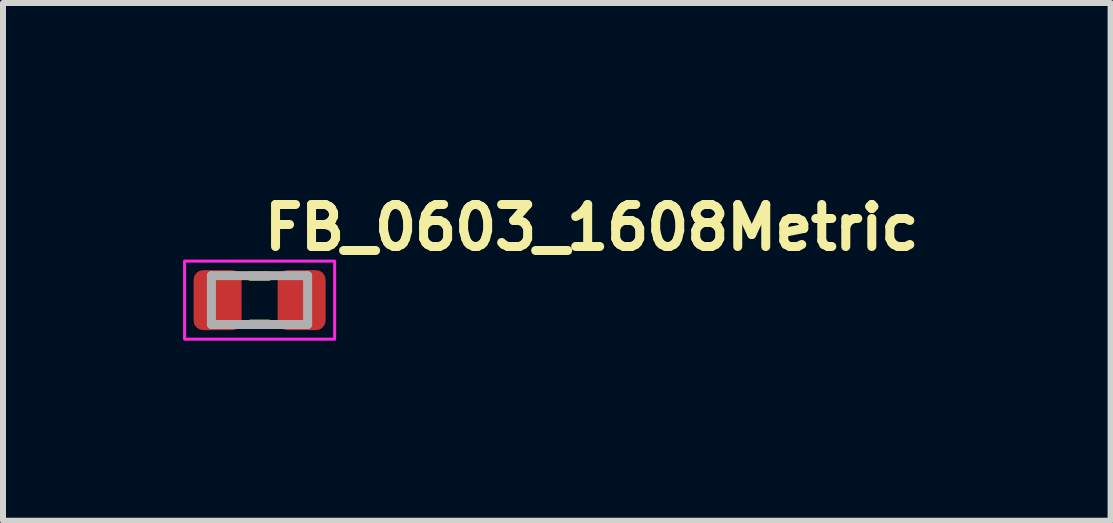
<source format=kicad_pcb>
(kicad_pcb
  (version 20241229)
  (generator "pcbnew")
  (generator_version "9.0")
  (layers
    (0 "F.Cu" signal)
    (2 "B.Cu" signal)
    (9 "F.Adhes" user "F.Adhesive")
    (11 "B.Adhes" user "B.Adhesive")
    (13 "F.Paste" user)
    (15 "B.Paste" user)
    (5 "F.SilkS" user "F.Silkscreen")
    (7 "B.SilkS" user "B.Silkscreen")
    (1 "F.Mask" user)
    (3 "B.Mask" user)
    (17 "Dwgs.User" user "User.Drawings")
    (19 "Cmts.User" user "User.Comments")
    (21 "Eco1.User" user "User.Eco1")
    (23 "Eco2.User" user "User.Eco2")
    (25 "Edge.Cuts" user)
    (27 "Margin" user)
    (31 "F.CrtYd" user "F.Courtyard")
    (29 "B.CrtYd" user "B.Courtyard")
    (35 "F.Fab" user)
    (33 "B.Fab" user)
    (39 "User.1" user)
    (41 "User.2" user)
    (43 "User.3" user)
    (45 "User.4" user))
  (footprint "FB_0603_1608Metric"
    (layer "F.Cu")
    (at 1.275 1.95)
    (property "Reference" "FB_0603_1608Metric" (at 0 -0.8 0) (layer "F.SilkS") (effects (font (size 0.7 0.7) (thickness 0.15)) (justify left bottom)))
    (attr smd)
    (fp_line (start -0.15 -0.4) (end 0.15 -0.4) (stroke (width 0.15) (type solid)) (layer "F.SilkS"))
    (fp_line (start -0.15 0.4) (end 0.15 0.4) (stroke (width 0.15) (type solid)) (layer "F.SilkS"))
    (fp_rect (start -1.25 -0.65) (end 1.25 0.65) (stroke (width 0.05) (type solid)) (fill no) (layer "F.CrtYd"))
    (fp_line (start -0.803 0.406) (end -0.803 -0.408) (stroke (width 0.15) (type solid)) (layer "F.Fab"))
    (fp_line (start 0.8 -0.408) (end -0.803 -0.408) (stroke (width 0.15) (type solid)) (layer "F.Fab"))
    (fp_line (start 0.8 -0.408) (end 0.8 0.406) (stroke (width 0.15) (type solid)) (layer "F.Fab"))
    (fp_line (start 0.8 0.406) (end -0.803 0.406) (stroke (width 0.15) (type solid)) (layer "F.Fab"))
    (fp_rect (start -0.802 -0.402) (end 0.8 0.4) (stroke (width 0.1) (type solid)) (fill no) (layer "User.5"))
    (fp_line (start -0.802 -0.392) (end -0.802 -0.392) (stroke (width 0.02) (type solid)) (layer "User.9"))
    (fp_line (start -0.802 -0.392) (end -0.801 -0.391) (stroke (width 0.02) (type solid)) (layer "User.9"))
    (fp_line (start -0.802 0.39) (end -0.802 -0.392) (stroke (width 0.02) (type solid)) (layer "User.9"))
    (fp_line (start -0.802 0.39) (end -0.802 0.39) (stroke (width 0.02) (type solid)) (layer "User.9"))
    (fp_line (start -0.802 0.39) (end -0.801 0.39) (stroke (width 0.02) (type solid)) (layer "User.9"))
    (fp_line (start -0.801 -0.396) (end -0.801 -0.395) (stroke (width 0.02) (type solid)) (layer "User.9"))
    (fp_line (start -0.801 -0.395) (end -0.801 -0.395) (stroke (width 0.02) (type solid)) (layer "User.9"))
    (fp_line (start -0.801 -0.395) (end -0.801 -0.394) (stroke (width 0.02) (type solid)) (layer "User.9"))
    (fp_line (start -0.801 -0.394) (end -0.801 -0.394) (stroke (width 0.02) (type solid)) (layer "User.9"))
    (fp_line (start -0.801 -0.394) (end -0.801 -0.394) (stroke (width 0.02) (type solid)) (layer "User.9"))
    (fp_line (start -0.801 -0.394) (end -0.801 -0.393) (stroke (width 0.02) (type solid)) (layer "User.9"))
    (fp_line (start -0.801 -0.393) (end -0.801 -0.393) (stroke (width 0.02) (type solid)) (layer "User.9"))
    (fp_line (start -0.801 -0.393) (end -0.801 -0.392) (stroke (width 0.02) (type solid)) (layer "User.9"))
    (fp_line (start -0.801 -0.392) (end -0.802 -0.392) (stroke (width 0.02) (type solid)) (layer "User.9"))
    (fp_line (start -0.801 -0.391) (end -0.801 -0.39) (stroke (width 0.02) (type solid)) (layer "User.9"))
    (fp_line (start -0.801 -0.39) (end -0.801 -0.39) (stroke (width 0.02) (type solid)) (layer "User.9"))
    (fp_line (start -0.801 -0.39) (end -0.801 -0.389) (stroke (width 0.02) (type solid)) (layer "User.9"))
    (fp_line (start -0.801 -0.389) (end -0.801 -0.389) (stroke (width 0.02) (type solid)) (layer "User.9"))
    (fp_line (start -0.801 -0.389) (end -0.801 -0.389) (stroke (width 0.02) (type solid)) (layer "User.9"))
    (fp_line (start -0.801 -0.389) (end -0.801 -0.388) (stroke (width 0.02) (type solid)) (layer "User.9"))
    (fp_line (start -0.801 -0.388) (end -0.801 -0.388) (stroke (width 0.02) (type solid)) (layer "User.9"))
    (fp_line (start -0.801 -0.388) (end -0.801 -0.387) (stroke (width 0.02) (type solid)) (layer "User.9"))
    (fp_line (start -0.801 -0.387) (end -0.8 -0.387) (stroke (width 0.02) (type solid)) (layer "User.9"))
    (fp_line (start -0.801 0.385) (end -0.801 0.386) (stroke (width 0.02) (type solid)) (layer "User.9"))
    (fp_line (start -0.801 0.386) (end -0.801 0.386) (stroke (width 0.02) (type solid)) (layer "User.9"))
    (fp_line (start -0.801 0.386) (end -0.801 0.387) (stroke (width 0.02) (type solid)) (layer "User.9"))
    (fp_line (start -0.801 0.387) (end -0.801 0.387) (stroke (width 0.02) (type solid)) (layer "User.9"))
    (fp_line (start -0.801 0.387) (end -0.801 0.387) (stroke (width 0.02) (type solid)) (layer "User.9"))
    (fp_line (start -0.801 0.387) (end -0.801 0.388) (stroke (width 0.02) (type solid)) (layer "User.9"))
    (fp_line (start -0.801 0.388) (end -0.801 0.388) (stroke (width 0.02) (type solid)) (layer "User.9"))
    (fp_line (start -0.801 0.388) (end -0.801 0.389) (stroke (width 0.02) (type solid)) (layer "User.9"))
    (fp_line (start -0.801 0.389) (end -0.802 0.39) (stroke (width 0.02) (type solid)) (layer "User.9"))
    (fp_line (start -0.801 0.39) (end -0.801 0.391) (stroke (width 0.02) (type solid)) (layer "User.9"))
    (fp_line (start -0.801 0.391) (end -0.801 0.391) (stroke (width 0.02) (type solid)) (layer "User.9"))
    (fp_line (start -0.801 0.391) (end -0.801 0.392) (stroke (width 0.02) (type solid)) (layer "User.9"))
    (fp_line (start -0.801 0.392) (end -0.801 0.392) (stroke (width 0.02) (type solid)) (layer "User.9"))
    (fp_line (start -0.801 0.392) (end -0.801 0.392) (stroke (width 0.02) (type solid)) (layer "User.9"))
    (fp_line (start -0.801 0.392) (end -0.801 0.393) (stroke (width 0.02) (type solid)) (layer "User.9"))
    (fp_line (start -0.801 0.393) (end -0.801 0.393) (stroke (width 0.02) (type solid)) (layer "User.9"))
    (fp_line (start -0.801 0.393) (end -0.801 0.394) (stroke (width 0.02) (type solid)) (layer "User.9"))
    (fp_line (start -0.801 0.394) (end -0.8 0.394) (stroke (width 0.02) (type solid)) (layer "User.9"))
    (fp_line (start -0.8 -0.397) (end -0.8 -0.397) (stroke (width 0.02) (type solid)) (layer "User.9"))
    (fp_line (start -0.8 -0.397) (end -0.8 -0.397) (stroke (width 0.02) (type solid)) (layer "User.9"))
    (fp_line (start -0.8 -0.397) (end -0.8 -0.396) (stroke (width 0.02) (type solid)) (layer "User.9"))
    (fp_line (start -0.8 -0.396) (end -0.801 -0.396) (stroke (width 0.02) (type solid)) (layer "User.9"))
    (fp_line (start -0.8 -0.387) (end -0.8 -0.386) (stroke (width 0.02) (type solid)) (layer "User.9"))
    (fp_line (start -0.8 -0.386) (end -0.8 -0.386) (stroke (width 0.02) (type solid)) (layer "User.9"))
    (fp_line (start -0.8 -0.386) (end -0.8 -0.386) (stroke (width 0.02) (type solid)) (layer "User.9"))
    (fp_line (start -0.8 -0.386) (end -0.799 -0.384) (stroke (width 0.02) (type solid)) (layer "User.9"))
    (fp_line (start -0.8 0.384) (end -0.8 0.384) (stroke (width 0.02) (type solid)) (layer "User.9"))
    (fp_line (start -0.8 0.384) (end -0.8 0.384) (stroke (width 0.02) (type solid)) (layer "User.9"))
    (fp_line (start -0.8 0.384) (end -0.8 0.385) (stroke (width 0.02) (type solid)) (layer "User.9"))
    (fp_line (start -0.8 0.385) (end -0.801 0.385) (stroke (width 0.02) (type solid)) (layer "User.9"))
    (fp_line (start -0.8 0.394) (end -0.8 0.395) (stroke (width 0.02) (type solid)) (layer "User.9"))
    (fp_line (start -0.8 0.395) (end -0.8 0.395) (stroke (width 0.02) (type solid)) (layer "User.9"))
    (fp_line (start -0.8 0.395) (end -0.8 0.395) (stroke (width 0.02) (type solid)) (layer "User.9"))
    (fp_line (start -0.8 0.395) (end -0.799 0.396) (stroke (width 0.02) (type solid)) (layer "User.9"))
    (fp_line (start -0.799 -0.399) (end -0.799 -0.398) (stroke (width 0.02) (type solid)) (layer "User.9"))
    (fp_line (start -0.799 -0.398) (end -0.8 -0.397) (stroke (width 0.02) (type solid)) (layer "User.9"))
    (fp_line (start -0.799 -0.398) (end -0.799 -0.398) (stroke (width 0.02) (type solid)) (layer "User.9"))
    (fp_line (start -0.799 -0.384) (end -0.799 -0.384) (stroke (width 0.02) (type solid)) (layer "User.9"))
    (fp_line (start -0.799 -0.384) (end -0.799 -0.383) (stroke (width 0.02) (type solid)) (layer "User.9"))
    (fp_line (start -0.799 -0.383) (end -0.798 -0.383) (stroke (width 0.02) (type solid)) (layer "User.9"))
    (fp_line (start -0.799 0.381) (end -0.799 0.382) (stroke (width 0.02) (type solid)) (layer "User.9"))
    (fp_line (start -0.799 0.382) (end -0.8 0.384) (stroke (width 0.02) (type solid)) (layer "User.9"))
    (fp_line (start -0.799 0.382) (end -0.799 0.382) (stroke (width 0.02) (type solid)) (layer "User.9"))
    (fp_line (start -0.799 0.396) (end -0.799 0.396) (stroke (width 0.02) (type solid)) (layer "User.9"))
    (fp_line (start -0.799 0.396) (end -0.799 0.397) (stroke (width 0.02) (type solid)) (layer "User.9"))
    (fp_line (start -0.799 0.397) (end -0.798 0.397) (stroke (width 0.02) (type solid)) (layer "User.9"))
    (fp_line (start -0.798 -0.399) (end -0.799 -0.399) (stroke (width 0.02) (type solid)) (layer "User.9"))
    (fp_line (start -0.798 -0.399) (end -0.798 -0.399) (stroke (width 0.02) (type solid)) (layer "User.9"))
    (fp_line (start -0.798 -0.383) (end -0.798 -0.383) (stroke (width 0.02) (type solid)) (layer "User.9"))
    (fp_line (start -0.798 -0.383) (end -0.797 -0.382) (stroke (width 0.02) (type solid)) (layer "User.9"))
    (fp_line (start -0.798 0.381) (end -0.799 0.381) (stroke (width 0.02) (type solid)) (layer "User.9"))
    (fp_line (start -0.798 0.381) (end -0.798 0.381) (stroke (width 0.02) (type solid)) (layer "User.9"))
    (fp_line (start -0.798 0.397) (end -0.798 0.397) (stroke (width 0.02) (type solid)) (layer "User.9"))
    (fp_line (start -0.798 0.397) (end -0.797 0.398) (stroke (width 0.02) (type solid)) (layer "User.9"))
    (fp_line (start -0.797 -0.4) (end -0.798 -0.399) (stroke (width 0.02) (type solid)) (layer "User.9"))
    (fp_line (start -0.797 -0.4) (end -0.797 -0.4) (stroke (width 0.02) (type solid)) (layer "User.9"))
    (fp_line (start -0.797 -0.4) (end -0.797 -0.4) (stroke (width 0.02) (type solid)) (layer "User.9"))
    (fp_line (start -0.797 -0.382) (end -0.797 -0.382) (stroke (width 0.02) (type solid)) (layer "User.9"))
    (fp_line (start -0.797 -0.382) (end -0.797 -0.382) (stroke (width 0.02) (type solid)) (layer "User.9"))
    (fp_line (start -0.797 -0.382) (end -0.796 -0.382) (stroke (width 0.02) (type solid)) (layer "User.9"))
    (fp_line (start -0.797 0.38) (end -0.798 0.381) (stroke (width 0.02) (type solid)) (layer "User.9"))
    (fp_line (start -0.797 0.38) (end -0.797 0.38) (stroke (width 0.02) (type solid)) (layer "User.9"))
    (fp_line (start -0.797 0.38) (end -0.797 0.38) (stroke (width 0.02) (type solid)) (layer "User.9"))
    (fp_line (start -0.797 0.398) (end -0.797 0.398) (stroke (width 0.02) (type solid)) (layer "User.9"))
    (fp_line (start -0.797 0.398) (end -0.797 0.398) (stroke (width 0.02) (type solid)) (layer "User.9"))
    (fp_line (start -0.797 0.398) (end -0.796 0.398) (stroke (width 0.02) (type solid)) (layer "User.9"))
    (fp_line (start -0.796 -0.401) (end -0.796 -0.4) (stroke (width 0.02) (type solid)) (layer "User.9"))
    (fp_line (start -0.796 -0.4) (end -0.797 -0.4) (stroke (width 0.02) (type solid)) (layer "User.9"))
    (fp_line (start -0.796 -0.382) (end -0.796 -0.381) (stroke (width 0.02) (type solid)) (layer "User.9"))
    (fp_line (start -0.796 -0.381) (end -0.795 -0.381) (stroke (width 0.02) (type solid)) (layer "User.9"))
    (fp_line (start -0.796 0.379) (end -0.796 0.38) (stroke (width 0.02) (type solid)) (layer "User.9"))
    (fp_line (start -0.796 0.38) (end -0.797 0.38) (stroke (width 0.02) (type solid)) (layer "User.9"))
    (fp_line (start -0.796 0.398) (end -0.796 0.399) (stroke (width 0.02) (type solid)) (layer "User.9"))
    (fp_line (start -0.796 0.399) (end -0.795 0.399) (stroke (width 0.02) (type solid)) (layer "User.9"))
    (fp_line (start -0.795 -0.401) (end -0.796 -0.401) (stroke (width 0.02) (type solid)) (layer "User.9"))
    (fp_line (start -0.795 -0.401) (end -0.795 -0.401) (stroke (width 0.02) (type solid)) (layer "User.9"))
    (fp_line (start -0.795 -0.381) (end -0.795 -0.381) (stroke (width 0.02) (type solid)) (layer "User.9"))
    (fp_line (start -0.795 -0.381) (end -0.794 -0.381) (stroke (width 0.02) (type solid)) (layer "User.9"))
    (fp_line (start -0.795 0.379) (end -0.796 0.379) (stroke (width 0.02) (type solid)) (layer "User.9"))
    (fp_line (start -0.795 0.379) (end -0.795 0.379) (stroke (width 0.02) (type solid)) (layer "User.9"))
    (fp_line (start -0.795 0.399) (end -0.795 0.399) (stroke (width 0.02) (type solid)) (layer "User.9"))
    (fp_line (start -0.795 0.399) (end -0.794 0.399) (stroke (width 0.02) (type solid)) (layer "User.9"))
    (fp_line (start -0.794 -0.401) (end -0.795 -0.401) (stroke (width 0.02) (type solid)) (layer "User.9"))
    (fp_line (start -0.794 -0.401) (end -0.794 -0.401) (stroke (width 0.02) (type solid)) (layer "User.9"))
    (fp_line (start -0.794 -0.401) (end -0.794 -0.401) (stroke (width 0.02) (type solid)) (layer "User.9"))
    (fp_line (start -0.794 -0.381) (end -0.794 -0.381) (stroke (width 0.02) (type solid)) (layer "User.9"))
    (fp_line (start -0.794 -0.381) (end -0.794 -0.381) (stroke (width 0.02) (type solid)) (layer "User.9"))
    (fp_line (start -0.794 -0.381) (end -0.793 -0.381) (stroke (width 0.02) (type solid)) (layer "User.9"))
    (fp_line (start -0.794 0.379) (end -0.795 0.379) (stroke (width 0.02) (type solid)) (layer "User.9"))
    (fp_line (start -0.794 0.379) (end -0.794 0.379) (stroke (width 0.02) (type solid)) (layer "User.9"))
    (fp_line (start -0.794 0.379) (end -0.794 0.379) (stroke (width 0.02) (type solid)) (layer "User.9"))
    (fp_line (start -0.794 0.399) (end -0.794 0.399) (stroke (width 0.02) (type solid)) (layer "User.9"))
    (fp_line (start -0.794 0.399) (end -0.794 0.399) (stroke (width 0.02) (type solid)) (layer "User.9"))
    (fp_line (start -0.794 0.399) (end -0.793 0.399) (stroke (width 0.02) (type solid)) (layer "User.9"))
    (fp_line (start -0.793 -0.401) (end -0.794 -0.401) (stroke (width 0.02) (type solid)) (layer "User.9"))
    (fp_line (start -0.793 -0.401) (end -0.793 -0.401) (stroke (width 0.02) (type solid)) (layer "User.9"))
    (fp_line (start -0.793 -0.381) (end -0.793 -0.381) (stroke (width 0.02) (type solid)) (layer "User.9"))
    (fp_line (start -0.793 -0.381) (end -0.792 -0.381) (stroke (width 0.02) (type solid)) (layer "User.9"))
    (fp_line (start -0.793 0.379) (end -0.794 0.379) (stroke (width 0.02) (type solid)) (layer "User.9"))
    (fp_line (start -0.793 0.379) (end -0.793 0.379) (stroke (width 0.02) (type solid)) (layer "User.9"))
    (fp_line (start -0.793 0.399) (end -0.793 0.399) (stroke (width 0.02) (type solid)) (layer "User.9"))
    (fp_line (start -0.793 0.399) (end -0.792 0.399) (stroke (width 0.02) (type solid)) (layer "User.9"))
    (fp_line (start -0.792 -0.402) (end -0.792 -0.402) (stroke (width 0.02) (type solid)) (layer "User.9"))
    (fp_line (start -0.792 -0.402) (end -0.792 -0.401) (stroke (width 0.02) (type solid)) (layer "User.9"))
    (fp_line (start -0.792 -0.402) (end -0.777 -0.402) (stroke (width 0.02) (type solid)) (layer "User.9"))
    (fp_line (start -0.792 -0.402) (end -0.772 -0.402) (stroke (width 0.02) (type solid)) (layer "User.9"))
    (fp_line (start -0.792 -0.401) (end -0.793 -0.401) (stroke (width 0.02) (type solid)) (layer "User.9"))
    (fp_line (start -0.792 -0.381) (end -0.792 -0.38) (stroke (width 0.02) (type solid)) (layer "User.9"))
    (fp_line (start -0.792 -0.38) (end -0.792 -0.38) (stroke (width 0.02) (type solid)) (layer "User.9"))
    (fp_line (start -0.792 -0.38) (end -0.791 -0.381) (stroke (width 0.02) (type solid)) (layer "User.9"))
    (fp_line (start -0.792 0.378) (end -0.792 0.378) (stroke (width 0.02) (type solid)) (layer "User.9"))
    (fp_line (start -0.792 0.378) (end -0.792 0.379) (stroke (width 0.02) (type solid)) (layer "User.9"))
    (fp_line (start -0.792 0.379) (end -0.793 0.379) (stroke (width 0.02) (type solid)) (layer "User.9"))
    (fp_line (start -0.792 0.399) (end -0.792 0.4) (stroke (width 0.02) (type solid)) (layer "User.9"))
    (fp_line (start -0.792 0.4) (end -0.792 0.4) (stroke (width 0.02) (type solid)) (layer "User.9"))
    (fp_line (start -0.792 0.4) (end -0.791 0.399) (stroke (width 0.02) (type solid)) (layer "User.9"))
    (fp_line (start -0.792 0.4) (end -0.777 0.4) (stroke (width 0.02) (type solid)) (layer "User.9"))
    (fp_line (start -0.792 0.4) (end -0.772 0.4) (stroke (width 0.02) (type solid)) (layer "User.9"))
    (fp_line (start -0.791 -0.401) (end -0.792 -0.402) (stroke (width 0.02) (type solid)) (layer "User.9"))
    (fp_line (start -0.791 -0.381) (end -0.79 -0.381) (stroke (width 0.02) (type solid)) (layer "User.9"))
    (fp_line (start -0.791 0.379) (end -0.792 0.378) (stroke (width 0.02) (type solid)) (layer "User.9"))
    (fp_line (start -0.791 0.399) (end -0.79 0.399) (stroke (width 0.02) (type solid)) (layer "User.9"))
    (fp_line (start -0.79 -0.401) (end -0.791 -0.401) (stroke (width 0.02) (type solid)) (layer "User.9"))
    (fp_line (start -0.79 -0.401) (end -0.79 -0.401) (stroke (width 0.02) (type solid)) (layer "User.9"))
    (fp_line (start -0.79 -0.381) (end -0.79 -0.381) (stroke (width 0.02) (type solid)) (layer "User.9"))
    (fp_line (start -0.79 -0.381) (end -0.789 -0.381) (stroke (width 0.02) (type solid)) (layer "User.9"))
    (fp_line (start -0.79 0.379) (end -0.791 0.379) (stroke (width 0.02) (type solid)) (layer "User.9"))
    (fp_line (start -0.79 0.379) (end -0.79 0.379) (stroke (width 0.02) (type solid)) (layer "User.9"))
    (fp_line (start -0.79 0.399) (end -0.79 0.399) (stroke (width 0.02) (type solid)) (layer "User.9"))
    (fp_line (start -0.79 0.399) (end -0.789 0.399) (stroke (width 0.02) (type solid)) (layer "User.9"))
    (fp_line (start -0.789 -0.401) (end -0.79 -0.401) (stroke (width 0.02) (type solid)) (layer "User.9"))
    (fp_line (start -0.789 -0.401) (end -0.789 -0.401) (stroke (width 0.02) (type solid)) (layer "User.9"))
    (fp_line (start -0.789 -0.401) (end -0.789 -0.401) (stroke (width 0.02) (type solid)) (layer "User.9"))
    (fp_line (start -0.789 -0.381) (end -0.789 -0.381) (stroke (width 0.02) (type solid)) (layer "User.9"))
    (fp_line (start -0.789 -0.381) (end -0.789 -0.381) (stroke (width 0.02) (type solid)) (layer "User.9"))
    (fp_line (start -0.789 -0.381) (end -0.788 -0.381) (stroke (width 0.02) (type solid)) (layer "User.9"))
    (fp_line (start -0.789 0.379) (end -0.79 0.379) (stroke (width 0.02) (type solid)) (layer "User.9"))
    (fp_line (start -0.789 0.379) (end -0.789 0.379) (stroke (width 0.02) (type solid)) (layer "User.9"))
    (fp_line (start -0.789 0.379) (end -0.789 0.379) (stroke (width 0.02) (type solid)) (layer "User.9"))
    (fp_line (start -0.789 0.399) (end -0.789 0.399) (stroke (width 0.02) (type solid)) (layer "User.9"))
    (fp_line (start -0.789 0.399) (end -0.789 0.399) (stroke (width 0.02) (type solid)) (layer "User.9"))
    (fp_line (start -0.789 0.399) (end -0.788 0.399) (stroke (width 0.02) (type solid)) (layer "User.9"))
    (fp_line (start -0.788 -0.401) (end -0.789 -0.401) (stroke (width 0.02) (type solid)) (layer "User.9"))
    (fp_line (start -0.788 -0.401) (end -0.788 -0.401) (stroke (width 0.02) (type solid)) (layer "User.9"))
    (fp_line (start -0.788 -0.381) (end -0.788 -0.381) (stroke (width 0.02) (type solid)) (layer "User.9"))
    (fp_line (start -0.788 -0.381) (end -0.787 -0.381) (stroke (width 0.02) (type solid)) (layer "User.9"))
    (fp_line (start -0.788 0.379) (end -0.789 0.379) (stroke (width 0.02) (type solid)) (layer "User.9"))
    (fp_line (start -0.788 0.379) (end -0.788 0.379) (stroke (width 0.02) (type solid)) (layer "User.9"))
    (fp_line (start -0.788 0.399) (end -0.788 0.399) (stroke (width 0.02) (type solid)) (layer "User.9"))
    (fp_line (start -0.788 0.399) (end -0.787 0.399) (stroke (width 0.02) (type solid)) (layer "User.9"))
    (fp_line (start -0.787 -0.401) (end -0.788 -0.401) (stroke (width 0.02) (type solid)) (layer "User.9"))
    (fp_line (start -0.787 -0.4) (end -0.787 -0.401) (stroke (width 0.02) (type solid)) (layer "User.9"))
    (fp_line (start -0.787 -0.382) (end -0.786 -0.382) (stroke (width 0.02) (type solid)) (layer "User.9"))
    (fp_line (start -0.787 -0.381) (end -0.787 -0.382) (stroke (width 0.02) (type solid)) (layer "User.9"))
    (fp_line (start -0.787 0.379) (end -0.788 0.379) (stroke (width 0.02) (type solid)) (layer "User.9"))
    (fp_line (start -0.787 0.38) (end -0.787 0.379) (stroke (width 0.02) (type solid)) (layer "User.9"))
    (fp_line (start -0.787 0.398) (end -0.786 0.398) (stroke (width 0.02) (type solid)) (layer "User.9"))
    (fp_line (start -0.787 0.399) (end -0.787 0.398) (stroke (width 0.02) (type solid)) (layer "User.9"))
    (fp_line (start -0.786 -0.4) (end -0.787 -0.4) (stroke (width 0.02) (type solid)) (layer "User.9"))
    (fp_line (start -0.786 -0.4) (end -0.786 -0.4) (stroke (width 0.02) (type solid)) (layer "User.9"))
    (fp_line (start -0.786 -0.4) (end -0.786 -0.4) (stroke (width 0.02) (type solid)) (layer "User.9"))
    (fp_line (start -0.786 -0.382) (end -0.786 -0.382) (stroke (width 0.02) (type solid)) (layer "User.9"))
    (fp_line (start -0.786 -0.382) (end -0.786 -0.382) (stroke (width 0.02) (type solid)) (layer "User.9"))
    (fp_line (start -0.786 -0.382) (end -0.785 -0.383) (stroke (width 0.02) (type solid)) (layer "User.9"))
    (fp_line (start -0.786 0.38) (end -0.787 0.38) (stroke (width 0.02) (type solid)) (layer "User.9"))
    (fp_line (start -0.786 0.38) (end -0.786 0.38) (stroke (width 0.02) (type solid)) (layer "User.9"))
    (fp_line (start -0.786 0.38) (end -0.786 0.38) (stroke (width 0.02) (type solid)) (layer "User.9"))
    (fp_line (start -0.786 0.398) (end -0.786 0.398) (stroke (width 0.02) (type solid)) (layer "User.9"))
    (fp_line (start -0.786 0.398) (end -0.786 0.398) (stroke (width 0.02) (type solid)) (layer "User.9"))
    (fp_line (start -0.786 0.398) (end -0.785 0.397) (stroke (width 0.02) (type solid)) (layer "User.9"))
    (fp_line (start -0.785 -0.399) (end -0.786 -0.4) (stroke (width 0.02) (type solid)) (layer "User.9"))
    (fp_line (start -0.785 -0.399) (end -0.785 -0.399) (stroke (width 0.02) (type solid)) (layer "User.9"))
    (fp_line (start -0.785 -0.383) (end -0.785 -0.383) (stroke (width 0.02) (type solid)) (layer "User.9"))
    (fp_line (start -0.785 -0.383) (end -0.784 -0.383) (stroke (width 0.02) (type solid)) (layer "User.9"))
    (fp_line (start -0.785 0.381) (end -0.786 0.38) (stroke (width 0.02) (type solid)) (layer "User.9"))
    (fp_line (start -0.785 0.381) (end -0.785 0.381) (stroke (width 0.02) (type solid)) (layer "User.9"))
    (fp_line (start -0.785 0.397) (end -0.785 0.397) (stroke (width 0.02) (type solid)) (layer "User.9"))
    (fp_line (start -0.785 0.397) (end -0.784 0.397) (stroke (width 0.02) (type solid)) (layer "User.9"))
    (fp_line (start -0.784 -0.399) (end -0.785 -0.399) (stroke (width 0.02) (type solid)) (layer "User.9"))
    (fp_line (start -0.784 -0.398) (end -0.784 -0.399) (stroke (width 0.02) (type solid)) (layer "User.9"))
    (fp_line (start -0.784 -0.398) (end -0.784 -0.398) (stroke (width 0.02) (type solid)) (layer "User.9"))
    (fp_line (start -0.784 -0.384) (end -0.784 -0.384) (stroke (width 0.02) (type solid)) (layer "User.9"))
    (fp_line (start -0.784 -0.384) (end -0.783 -0.386) (stroke (width 0.02) (type solid)) (layer "User.9"))
    (fp_line (start -0.784 -0.383) (end -0.784 -0.384) (stroke (width 0.02) (type solid)) (layer "User.9"))
    (fp_line (start -0.784 0.381) (end -0.785 0.381) (stroke (width 0.02) (type solid)) (layer "User.9"))
    (fp_line (start -0.784 0.382) (end -0.784 0.381) (stroke (width 0.02) (type solid)) (layer "User.9"))
    (fp_line (start -0.784 0.382) (end -0.784 0.382) (stroke (width 0.02) (type solid)) (layer "User.9"))
    (fp_line (start -0.784 0.396) (end -0.784 0.396) (stroke (width 0.02) (type solid)) (layer "User.9"))
    (fp_line (start -0.784 0.396) (end -0.783 0.395) (stroke (width 0.02) (type solid)) (layer "User.9"))
    (fp_line (start -0.784 0.397) (end -0.784 0.396) (stroke (width 0.02) (type solid)) (layer "User.9"))
    (fp_line (start -0.783 -0.397) (end -0.784 -0.398) (stroke (width 0.02) (type solid)) (layer "User.9"))
    (fp_line (start -0.783 -0.397) (end -0.783 -0.397) (stroke (width 0.02) (type solid)) (layer "User.9"))
    (fp_line (start -0.783 -0.397) (end -0.783 -0.397) (stroke (width 0.02) (type solid)) (layer "User.9"))
    (fp_line (start -0.783 -0.396) (end -0.783 -0.397) (stroke (width 0.02) (type solid)) (layer "User.9"))
    (fp_line (start -0.783 -0.387) (end -0.782 -0.387) (stroke (width 0.02) (type solid)) (layer "User.9"))
    (fp_line (start -0.783 -0.386) (end -0.783 -0.387) (stroke (width 0.02) (type solid)) (layer "User.9"))
    (fp_line (start -0.783 -0.386) (end -0.783 -0.386) (stroke (width 0.02) (type solid)) (layer "User.9"))
    (fp_line (start -0.783 -0.386) (end -0.783 -0.386) (stroke (width 0.02) (type solid)) (layer "User.9"))
    (fp_line (start -0.783 0.384) (end -0.784 0.382) (stroke (width 0.02) (type solid)) (layer "User.9"))
    (fp_line (start -0.783 0.384) (end -0.783 0.384) (stroke (width 0.02) (type solid)) (layer "User.9"))
    (fp_line (start -0.783 0.384) (end -0.783 0.384) (stroke (width 0.02) (type solid)) (layer "User.9"))
    (fp_line (start -0.783 0.385) (end -0.783 0.384) (stroke (width 0.02) (type solid)) (layer "User.9"))
    (fp_line (start -0.783 0.394) (end -0.782 0.394) (stroke (width 0.02) (type solid)) (layer "User.9"))
    (fp_line (start -0.783 0.395) (end -0.783 0.394) (stroke (width 0.02) (type solid)) (layer "User.9"))
    (fp_line (start -0.783 0.395) (end -0.783 0.395) (stroke (width 0.02) (type solid)) (layer "User.9"))
    (fp_line (start -0.783 0.395) (end -0.783 0.395) (stroke (width 0.02) (type solid)) (layer "User.9"))
    (fp_line (start -0.782 -0.396) (end -0.783 -0.396) (stroke (width 0.02) (type solid)) (layer "User.9"))
    (fp_line (start -0.782 -0.395) (end -0.782 -0.396) (stroke (width 0.02) (type solid)) (layer "User.9"))
    (fp_line (start -0.782 -0.395) (end -0.782 -0.395) (stroke (width 0.02) (type solid)) (layer "User.9"))
    (fp_line (start -0.782 -0.394) (end -0.782 -0.395) (stroke (width 0.02) (type solid)) (layer "User.9"))
    (fp_line (start -0.782 -0.394) (end -0.782 -0.394) (stroke (width 0.02) (type solid)) (layer "User.9"))
    (fp_line (start -0.782 -0.394) (end -0.782 -0.394) (stroke (width 0.02) (type solid)) (layer "User.9"))
    (fp_line (start -0.782 -0.393) (end -0.782 -0.394) (stroke (width 0.02) (type solid)) (layer "User.9"))
    (fp_line (start -0.782 -0.393) (end -0.782 -0.393) (stroke (width 0.02) (type solid)) (layer "User.9"))
    (fp_line (start -0.782 -0.392) (end -0.782 -0.393) (stroke (width 0.02) (type solid)) (layer "User.9"))
    (fp_line (start -0.782 -0.392) (end -0.782 -0.392) (stroke (width 0.02) (type solid)) (layer "User.9"))
    (fp_line (start -0.782 -0.392) (end -0.782 -0.392) (stroke (width 0.02) (type solid)) (layer "User.9"))
    (fp_line (start -0.782 -0.392) (end -0.782 -0.392) (stroke (width 0.02) (type solid)) (layer "User.9"))
    (fp_line (start -0.782 -0.391) (end -0.782 -0.392) (stroke (width 0.02) (type solid)) (layer "User.9"))
    (fp_line (start -0.782 -0.39) (end -0.782 -0.391) (stroke (width 0.02) (type solid)) (layer "User.9"))
    (fp_line (start -0.782 -0.39) (end -0.782 -0.39) (stroke (width 0.02) (type solid)) (layer "User.9"))
    (fp_line (start -0.782 -0.389) (end -0.782 -0.39) (stroke (width 0.02) (type solid)) (layer "User.9"))
    (fp_line (start -0.782 -0.389) (end -0.782 -0.389) (stroke (width 0.02) (type solid)) (layer "User.9"))
    (fp_line (start -0.782 -0.389) (end -0.782 -0.389) (stroke (width 0.02) (type solid)) (layer "User.9"))
    (fp_line (start -0.782 -0.388) (end -0.782 -0.389) (stroke (width 0.02) (type solid)) (layer "User.9"))
    (fp_line (start -0.782 -0.388) (end -0.782 -0.388) (stroke (width 0.02) (type solid)) (layer "User.9"))
    (fp_line (start -0.782 -0.387) (end -0.782 -0.388) (stroke (width 0.02) (type solid)) (layer "User.9"))
    (fp_line (start -0.782 0.385) (end -0.783 0.385) (stroke (width 0.02) (type solid)) (layer "User.9"))
    (fp_line (start -0.782 0.386) (end -0.782 0.385) (stroke (width 0.02) (type solid)) (layer "User.9"))
    (fp_line (start -0.782 0.386) (end -0.782 0.386) (stroke (width 0.02) (type solid)) (layer "User.9"))
    (fp_line (start -0.782 0.387) (end -0.782 0.386) (stroke (width 0.02) (type solid)) (layer "User.9"))
    (fp_line (start -0.782 0.387) (end -0.782 0.387) (stroke (width 0.02) (type solid)) (layer "User.9"))
    (fp_line (start -0.782 0.387) (end -0.782 0.387) (stroke (width 0.02) (type solid)) (layer "User.9"))
    (fp_line (start -0.782 0.388) (end -0.782 0.387) (stroke (width 0.02) (type solid)) (layer "User.9"))
    (fp_line (start -0.782 0.388) (end -0.782 0.388) (stroke (width 0.02) (type solid)) (layer "User.9"))
    (fp_line (start -0.782 0.389) (end -0.782 0.388) (stroke (width 0.02) (type solid)) (layer "User.9"))
    (fp_line (start -0.782 0.39) (end -0.782 0.389) (stroke (width 0.02) (type solid)) (layer "User.9"))
    (fp_line (start -0.782 0.39) (end -0.782 0.39) (stroke (width 0.02) (type solid)) (layer "User.9"))
    (fp_line (start -0.782 0.39) (end -0.782 0.39) (stroke (width 0.02) (type solid)) (layer "User.9"))
    (fp_line (start -0.782 0.39) (end -0.782 0.39) (stroke (width 0.02) (type solid)) (layer "User.9"))
    (fp_line (start -0.782 0.391) (end -0.782 0.39) (stroke (width 0.02) (type solid)) (layer "User.9"))
    (fp_line (start -0.782 0.391) (end -0.782 0.391) (stroke (width 0.02) (type solid)) (layer "User.9"))
    (fp_line (start -0.782 0.392) (end -0.782 0.391) (stroke (width 0.02) (type solid)) (layer "User.9"))
    (fp_line (start -0.782 0.392) (end -0.782 0.392) (stroke (width 0.02) (type solid)) (layer "User.9"))
    (fp_line (start -0.782 0.392) (end -0.782 0.392) (stroke (width 0.02) (type solid)) (layer "User.9"))
    (fp_line (start -0.782 0.393) (end -0.782 0.392) (stroke (width 0.02) (type solid)) (layer "User.9"))
    (fp_line (start -0.782 0.393) (end -0.782 0.393) (stroke (width 0.02) (type solid)) (layer "User.9"))
    (fp_line (start -0.782 0.394) (end -0.782 0.393) (stroke (width 0.02) (type solid)) (layer "User.9"))
    (fp_line (start -0.777 -0.402) (end -0.772 -0.402) (stroke (width 0.02) (type solid)) (layer "User.9"))
    (fp_line (start -0.777 -0.402) (end -0.772 -0.402) (stroke (width 0.02) (type solid)) (layer "User.9"))
    (fp_line (start -0.772 -0.402) (end -0.792 -0.402) (stroke (width 0.02) (type solid)) (layer "User.9"))
    (fp_line (start -0.772 -0.402) (end -0.6 -0.402) (stroke (width 0.02) (type solid)) (layer "User.9"))
    (fp_line (start -0.772 0.4) (end -0.792 0.4) (stroke (width 0.02) (type solid)) (layer "User.9"))
    (fp_line (start -0.6 -0.402) (end -0.59 -0.392) (stroke (width 0.02) (type solid)) (layer "User.9"))
    (fp_line (start -0.6 -0.402) (end 0.598 -0.402) (stroke (width 0.02) (type solid)) (layer "User.9"))
    (fp_line (start -0.6 0.4) (end -0.772 0.4) (stroke (width 0.02) (type solid)) (layer "User.9"))
    (fp_line (start -0.6 0.4) (end -0.6 -0.402) (stroke (width 0.02) (type solid)) (layer "User.9"))
    (fp_line (start -0.59 0.39) (end -0.6 0.4) (stroke (width 0.02) (type solid)) (layer "User.9"))
    (fp_line (start 0.588 -0.392) (end 0.598 -0.402) (stroke (width 0.02) (type solid)) (layer "User.9"))
    (fp_line (start 0.588 0.39) (end 0.598 0.4) (stroke (width 0.02) (type solid)) (layer "User.9"))
    (fp_line (start 0.598 -0.402) (end 0.598 0.4) (stroke (width 0.02) (type solid)) (layer "User.9"))
    (fp_line (start 0.598 -0.402) (end 0.77 -0.402) (stroke (width 0.02) (type solid)) (layer "User.9"))
    (fp_line (start 0.598 0.4) (end -0.6 0.4) (stroke (width 0.02) (type solid)) (layer "User.9"))
    (fp_line (start 0.77 -0.402) (end 0.775 -0.402) (stroke (width 0.02) (type solid)) (layer "User.9"))
    (fp_line (start 0.77 -0.402) (end 0.79 -0.402) (stroke (width 0.02) (type solid)) (layer "User.9"))
    (fp_line (start 0.77 0.4) (end 0.598 0.4) (stroke (width 0.02) (type solid)) (layer "User.9"))
    (fp_line (start 0.77 0.4) (end 0.79 0.4) (stroke (width 0.02) (type solid)) (layer "User.9"))
    (fp_line (start 0.775 -0.402) (end 0.77 -0.402) (stroke (width 0.02) (type solid)) (layer "User.9"))
    (fp_line (start 0.775 -0.402) (end 0.79 -0.402) (stroke (width 0.02) (type solid)) (layer "User.9"))
    (fp_line (start 0.775 0.4) (end 0.77 0.4) (stroke (width 0.02) (type solid)) (layer "User.9"))
    (fp_line (start 0.775 0.4) (end 0.77 0.4) (stroke (width 0.02) (type solid)) (layer "User.9"))
    (fp_line (start 0.78 -0.396) (end 0.78 -0.395) (stroke (width 0.02) (type solid)) (layer "User.9"))
    (fp_line (start 0.78 -0.395) (end 0.78 -0.395) (stroke (width 0.02) (type solid)) (layer "User.9"))
    (fp_line (start 0.78 -0.395) (end 0.78 -0.394) (stroke (width 0.02) (type solid)) (layer "User.9"))
    (fp_line (start 0.78 -0.394) (end 0.78 -0.394) (stroke (width 0.02) (type solid)) (layer "User.9"))
    (fp_line (start 0.78 -0.394) (end 0.78 -0.394) (stroke (width 0.02) (type solid)) (layer "User.9"))
    (fp_line (start 0.78 -0.394) (end 0.78 -0.393) (stroke (width 0.02) (type solid)) (layer "User.9"))
    (fp_line (start 0.78 -0.393) (end 0.78 -0.393) (stroke (width 0.02) (type solid)) (layer "User.9"))
    (fp_line (start 0.78 -0.393) (end 0.78 -0.392) (stroke (width 0.02) (type solid)) (layer "User.9"))
    (fp_line (start 0.78 -0.392) (end 0.78 -0.392) (stroke (width 0.02) (type solid)) (layer "User.9"))
    (fp_line (start 0.78 -0.392) (end 0.78 -0.392) (stroke (width 0.02) (type solid)) (layer "User.9"))
    (fp_line (start 0.78 -0.392) (end 0.78 -0.391) (stroke (width 0.02) (type solid)) (layer "User.9"))
    (fp_line (start 0.78 -0.391) (end 0.78 -0.39) (stroke (width 0.02) (type solid)) (layer "User.9"))
    (fp_line (start 0.78 -0.39) (end 0.78 -0.39) (stroke (width 0.02) (type solid)) (layer "User.9"))
    (fp_line (start 0.78 -0.39) (end 0.78 -0.389) (stroke (width 0.02) (type solid)) (layer "User.9"))
    (fp_line (start 0.78 -0.389) (end 0.78 -0.389) (stroke (width 0.02) (type solid)) (layer "User.9"))
    (fp_line (start 0.78 -0.389) (end 0.78 -0.389) (stroke (width 0.02) (type solid)) (layer "User.9"))
    (fp_line (start 0.78 -0.389) (end 0.78 -0.388) (stroke (width 0.02) (type solid)) (layer "User.9"))
    (fp_line (start 0.78 -0.388) (end 0.78 -0.388) (stroke (width 0.02) (type solid)) (layer "User.9"))
    (fp_line (start 0.78 -0.388) (end 0.78 -0.387) (stroke (width 0.02) (type solid)) (layer "User.9"))
    (fp_line (start 0.78 -0.387) (end 0.781 -0.387) (stroke (width 0.02) (type solid)) (layer "User.9"))
    (fp_line (start 0.78 0.385) (end 0.78 0.386) (stroke (width 0.02) (type solid)) (layer "User.9"))
    (fp_line (start 0.78 0.386) (end 0.78 0.386) (stroke (width 0.02) (type solid)) (layer "User.9"))
    (fp_line (start 0.78 0.386) (end 0.78 0.387) (stroke (width 0.02) (type solid)) (layer "User.9"))
    (fp_line (start 0.78 0.387) (end 0.78 0.387) (stroke (width 0.02) (type solid)) (layer "User.9"))
    (fp_line (start 0.78 0.387) (end 0.78 0.387) (stroke (width 0.02) (type solid)) (layer "User.9"))
    (fp_line (start 0.78 0.387) (end 0.78 0.388) (stroke (width 0.02) (type solid)) (layer "User.9"))
    (fp_line (start 0.78 0.388) (end 0.78 0.388) (stroke (width 0.02) (type solid)) (layer "User.9"))
    (fp_line (start 0.78 0.388) (end 0.78 0.389) (stroke (width 0.02) (type solid)) (layer "User.9"))
    (fp_line (start 0.78 0.389) (end 0.78 0.39) (stroke (width 0.02) (type solid)) (layer "User.9"))
    (fp_line (start 0.78 0.39) (end 0.78 0.39) (stroke (width 0.02) (type solid)) (layer "User.9"))
    (fp_line (start 0.78 0.39) (end 0.78 0.39) (stroke (width 0.02) (type solid)) (layer "User.9"))
    (fp_line (start 0.78 0.39) (end 0.78 0.391) (stroke (width 0.02) (type solid)) (layer "User.9"))
    (fp_line (start 0.78 0.391) (end 0.78 0.391) (stroke (width 0.02) (type solid)) (layer "User.9"))
    (fp_line (start 0.78 0.391) (end 0.78 0.392) (stroke (width 0.02) (type solid)) (layer "User.9"))
    (fp_line (start 0.78 0.392) (end 0.78 0.392) (stroke (width 0.02) (type solid)) (layer "User.9"))
    (fp_line (start 0.78 0.392) (end 0.78 0.392) (stroke (width 0.02) (type solid)) (layer "User.9"))
    (fp_line (start 0.78 0.392) (end 0.78 0.393) (stroke (width 0.02) (type solid)) (layer "User.9"))
    (fp_line (start 0.78 0.393) (end 0.78 0.393) (stroke (width 0.02) (type solid)) (layer "User.9"))
    (fp_line (start 0.78 0.393) (end 0.78 0.394) (stroke (width 0.02) (type solid)) (layer "User.9"))
    (fp_line (start 0.78 0.394) (end 0.781 0.394) (stroke (width 0.02) (type solid)) (layer "User.9"))
    (fp_line (start 0.781 -0.397) (end 0.781 -0.397) (stroke (width 0.02) (type solid)) (layer "User.9"))
    (fp_line (start 0.781 -0.397) (end 0.781 -0.397) (stroke (width 0.02) (type solid)) (layer "User.9"))
    (fp_line (start 0.781 -0.397) (end 0.781 -0.396) (stroke (width 0.02) (type solid)) (layer "User.9"))
    (fp_line (start 0.781 -0.396) (end 0.78 -0.396) (stroke (width 0.02) (type solid)) (layer "User.9"))
    (fp_line (start 0.781 -0.387) (end 0.781 -0.386) (stroke (width 0.02) (type solid)) (layer "User.9"))
    (fp_line (start 0.781 -0.386) (end 0.781 -0.386) (stroke (width 0.02) (type solid)) (layer "User.9"))
    (fp_line (start 0.781 -0.386) (end 0.781 -0.386) (stroke (width 0.02) (type solid)) (layer "User.9"))
    (fp_line (start 0.781 -0.386) (end 0.782 -0.384) (stroke (width 0.02) (type solid)) (layer "User.9"))
    (fp_line (start 0.781 0.384) (end 0.781 0.384) (stroke (width 0.02) (type solid)) (layer "User.9"))
    (fp_line (start 0.781 0.384) (end 0.781 0.384) (stroke (width 0.02) (type solid)) (layer "User.9"))
    (fp_line (start 0.781 0.384) (end 0.781 0.385) (stroke (width 0.02) (type solid)) (layer "User.9"))
    (fp_line (start 0.781 0.385) (end 0.78 0.385) (stroke (width 0.02) (type solid)) (layer "User.9"))
    (fp_line (start 0.781 0.394) (end 0.781 0.395) (stroke (width 0.02) (type solid)) (layer "User.9"))
    (fp_line (start 0.781 0.395) (end 0.781 0.395) (stroke (width 0.02) (type solid)) (layer "User.9"))
    (fp_line (start 0.781 0.395) (end 0.781 0.395) (stroke (width 0.02) (type solid)) (layer "User.9"))
    (fp_line (start 0.781 0.395) (end 0.782 0.396) (stroke (width 0.02) (type solid)) (layer "User.9"))
    (fp_line (start 0.782 -0.399) (end 0.782 -0.398) (stroke (width 0.02) (type solid)) (layer "User.9"))
    (fp_line (start 0.782 -0.398) (end 0.781 -0.397) (stroke (width 0.02) (type solid)) (layer "User.9"))
    (fp_line (start 0.782 -0.398) (end 0.782 -0.398) (stroke (width 0.02) (type solid)) (layer "User.9"))
    (fp_line (start 0.782 -0.384) (end 0.782 -0.384) (stroke (width 0.02) (type solid)) (layer "User.9"))
    (fp_line (start 0.782 -0.384) (end 0.782 -0.383) (stroke (width 0.02) (type solid)) (layer "User.9"))
    (fp_line (start 0.782 -0.383) (end 0.783 -0.383) (stroke (width 0.02) (type solid)) (layer "User.9"))
    (fp_line (start 0.782 0.381) (end 0.782 0.382) (stroke (width 0.02) (type solid)) (layer "User.9"))
    (fp_line (start 0.782 0.382) (end 0.781 0.384) (stroke (width 0.02) (type solid)) (layer "User.9"))
    (fp_line (start 0.782 0.382) (end 0.782 0.382) (stroke (width 0.02) (type solid)) (layer "User.9"))
    (fp_line (start 0.782 0.396) (end 0.782 0.396) (stroke (width 0.02) (type solid)) (layer "User.9"))
    (fp_line (start 0.782 0.396) (end 0.782 0.397) (stroke (width 0.02) (type solid)) (layer "User.9"))
    (fp_line (start 0.782 0.397) (end 0.783 0.397) (stroke (width 0.02) (type solid)) (layer "User.9"))
    (fp_line (start 0.783 -0.399) (end 0.782 -0.399) (stroke (width 0.02) (type solid)) (layer "User.9"))
    (fp_line (start 0.783 -0.399) (end 0.783 -0.399) (stroke (width 0.02) (type solid)) (layer "User.9"))
    (fp_line (start 0.783 -0.383) (end 0.783 -0.383) (stroke (width 0.02) (type solid)) (layer "User.9"))
    (fp_line (start 0.783 -0.383) (end 0.784 -0.382) (stroke (width 0.02) (type solid)) (layer "User.9"))
    (fp_line (start 0.783 0.381) (end 0.782 0.381) (stroke (width 0.02) (type solid)) (layer "User.9"))
    (fp_line (start 0.783 0.381) (end 0.783 0.381) (stroke (width 0.02) (type solid)) (layer "User.9"))
    (fp_line (start 0.783 0.397) (end 0.783 0.397) (stroke (width 0.02) (type solid)) (layer "User.9"))
    (fp_line (start 0.783 0.397) (end 0.784 0.398) (stroke (width 0.02) (type solid)) (layer "User.9"))
    (fp_line (start 0.784 -0.4) (end 0.783 -0.399) (stroke (width 0.02) (type solid)) (layer "User.9"))
    (fp_line (start 0.784 -0.4) (end 0.784 -0.4) (stroke (width 0.02) (type solid)) (layer "User.9"))
    (fp_line (start 0.784 -0.4) (end 0.784 -0.4) (stroke (width 0.02) (type solid)) (layer "User.9"))
    (fp_line (start 0.784 -0.382) (end 0.784 -0.382) (stroke (width 0.02) (type solid)) (layer "User.9"))
    (fp_line (start 0.784 -0.382) (end 0.784 -0.382) (stroke (width 0.02) (type solid)) (layer "User.9"))
    (fp_line (start 0.784 -0.382) (end 0.785 -0.382) (stroke (width 0.02) (type solid)) (layer "User.9"))
    (fp_line (start 0.784 0.38) (end 0.783 0.381) (stroke (width 0.02) (type solid)) (layer "User.9"))
    (fp_line (start 0.784 0.38) (end 0.784 0.38) (stroke (width 0.02) (type solid)) (layer "User.9"))
    (fp_line (start 0.784 0.38) (end 0.784 0.38) (stroke (width 0.02) (type solid)) (layer "User.9"))
    (fp_line (start 0.784 0.398) (end 0.784 0.398) (stroke (width 0.02) (type solid)) (layer "User.9"))
    (fp_line (start 0.784 0.398) (end 0.784 0.398) (stroke (width 0.02) (type solid)) (layer "User.9"))
    (fp_line (start 0.784 0.398) (end 0.785 0.398) (stroke (width 0.02) (type solid)) (layer "User.9"))
    (fp_line (start 0.785 -0.401) (end 0.785 -0.4) (stroke (width 0.02) (type solid)) (layer "User.9"))
    (fp_line (start 0.785 -0.4) (end 0.784 -0.4) (stroke (width 0.02) (type solid)) (layer "User.9"))
    (fp_line (start 0.785 -0.382) (end 0.785 -0.381) (stroke (width 0.02) (type solid)) (layer "User.9"))
    (fp_line (start 0.785 -0.381) (end 0.786 -0.381) (stroke (width 0.02) (type solid)) (layer "User.9"))
    (fp_line (start 0.785 0.379) (end 0.785 0.38) (stroke (width 0.02) (type solid)) (layer "User.9"))
    (fp_line (start 0.785 0.38) (end 0.784 0.38) (stroke (width 0.02) (type solid)) (layer "User.9"))
    (fp_line (start 0.785 0.398) (end 0.785 0.399) (stroke (width 0.02) (type solid)) (layer "User.9"))
    (fp_line (start 0.785 0.399) (end 0.786 0.399) (stroke (width 0.02) (type solid)) (layer "User.9"))
    (fp_line (start 0.786 -0.401) (end 0.785 -0.401) (stroke (width 0.02) (type solid)) (layer "User.9"))
    (fp_line (start 0.786 -0.401) (end 0.786 -0.401) (stroke (width 0.02) (type solid)) (layer "User.9"))
    (fp_line (start 0.786 -0.381) (end 0.786 -0.381) (stroke (width 0.02) (type solid)) (layer "User.9"))
    (fp_line (start 0.786 -0.381) (end 0.787 -0.381) (stroke (width 0.02) (type solid)) (layer "User.9"))
    (fp_line (start 0.786 0.379) (end 0.785 0.379) (stroke (width 0.02) (type solid)) (layer "User.9"))
    (fp_line (start 0.786 0.379) (end 0.786 0.379) (stroke (width 0.02) (type solid)) (layer "User.9"))
    (fp_line (start 0.786 0.399) (end 0.786 0.399) (stroke (width 0.02) (type solid)) (layer "User.9"))
    (fp_line (start 0.786 0.399) (end 0.787 0.399) (stroke (width 0.02) (type solid)) (layer "User.9"))
    (fp_line (start 0.787 -0.401) (end 0.786 -0.401) (stroke (width 0.02) (type solid)) (layer "User.9"))
    (fp_line (start 0.787 -0.401) (end 0.787 -0.401) (stroke (width 0.02) (type solid)) (layer "User.9"))
    (fp_line (start 0.787 -0.401) (end 0.787 -0.401) (stroke (width 0.02) (type solid)) (layer "User.9"))
    (fp_line (start 0.787 -0.381) (end 0.787 -0.381) (stroke (width 0.02) (type solid)) (layer "User.9"))
    (fp_line (start 0.787 -0.381) (end 0.787 -0.381) (stroke (width 0.02) (type solid)) (layer "User.9"))
    (fp_line (start 0.787 -0.381) (end 0.788 -0.381) (stroke (width 0.02) (type solid)) (layer "User.9"))
    (fp_line (start 0.787 0.379) (end 0.786 0.379) (stroke (width 0.02) (type solid)) (layer "User.9"))
    (fp_line (start 0.787 0.379) (end 0.787 0.379) (stroke (width 0.02) (type solid)) (layer "User.9"))
    (fp_line (start 0.787 0.379) (end 0.787 0.379) (stroke (width 0.02) (type solid)) (layer "User.9"))
    (fp_line (start 0.787 0.399) (end 0.787 0.399) (stroke (width 0.02) (type solid)) (layer "User.9"))
    (fp_line (start 0.787 0.399) (end 0.787 0.399) (stroke (width 0.02) (type solid)) (layer "User.9"))
    (fp_line (start 0.787 0.399) (end 0.788 0.399) (stroke (width 0.02) (type solid)) (layer "User.9"))
    (fp_line (start 0.788 -0.401) (end 0.787 -0.401) (stroke (width 0.02) (type solid)) (layer "User.9"))
    (fp_line (start 0.788 -0.401) (end 0.788 -0.401) (stroke (width 0.02) (type solid)) (layer "User.9"))
    (fp_line (start 0.788 -0.381) (end 0.788 -0.381) (stroke (width 0.02) (type solid)) (layer "User.9"))
    (fp_line (start 0.788 -0.381) (end 0.789 -0.381) (stroke (width 0.02) (type solid)) (layer "User.9"))
    (fp_line (start 0.788 0.379) (end 0.787 0.379) (stroke (width 0.02) (type solid)) (layer "User.9"))
    (fp_line (start 0.788 0.379) (end 0.788 0.379) (stroke (width 0.02) (type solid)) (layer "User.9"))
    (fp_line (start 0.788 0.399) (end 0.788 0.399) (stroke (width 0.02) (type solid)) (layer "User.9"))
    (fp_line (start 0.788 0.399) (end 0.789 0.399) (stroke (width 0.02) (type solid)) (layer "User.9"))
    (fp_line (start 0.789 -0.401) (end 0.788 -0.401) (stroke (width 0.02) (type solid)) (layer "User.9"))
    (fp_line (start 0.789 -0.381) (end 0.79 -0.38) (stroke (width 0.02) (type solid)) (layer "User.9"))
    (fp_line (start 0.789 0.379) (end 0.788 0.379) (stroke (width 0.02) (type solid)) (layer "User.9"))
    (fp_line (start 0.789 0.399) (end 0.79 0.4) (stroke (width 0.02) (type solid)) (layer "User.9"))
    (fp_line (start 0.79 -0.402) (end 0.77 -0.402) (stroke (width 0.02) (type solid)) (layer "User.9"))
    (fp_line (start 0.79 -0.402) (end 0.775 -0.402) (stroke (width 0.02) (type solid)) (layer "User.9"))
    (fp_line (start 0.79 -0.402) (end 0.789 -0.401) (stroke (width 0.02) (type solid)) (layer "User.9"))
    (fp_line (start 0.79 -0.402) (end 0.79 -0.402) (stroke (width 0.02) (type solid)) (layer "User.9"))
    (fp_line (start 0.79 -0.401) (end 0.79 -0.402) (stroke (width 0.02) (type solid)) (layer "User.9"))
    (fp_line (start 0.79 -0.381) (end 0.791 -0.381) (stroke (width 0.02) (type solid)) (layer "User.9"))
    (fp_line (start 0.79 -0.38) (end 0.79 -0.381) (stroke (width 0.02) (type solid)) (layer "User.9"))
    (fp_line (start 0.79 -0.38) (end 0.79 -0.38) (stroke (width 0.02) (type solid)) (layer "User.9"))
    (fp_line (start 0.79 0.378) (end 0.789 0.379) (stroke (width 0.02) (type solid)) (layer "User.9"))
    (fp_line (start 0.79 0.378) (end 0.79 0.378) (stroke (width 0.02) (type solid)) (layer "User.9"))
    (fp_line (start 0.79 0.379) (end 0.79 0.378) (stroke (width 0.02) (type solid)) (layer "User.9"))
    (fp_line (start 0.79 0.399) (end 0.791 0.399) (stroke (width 0.02) (type solid)) (layer "User.9"))
    (fp_line (start 0.79 0.4) (end 0.77 0.4) (stroke (width 0.02) (type solid)) (layer "User.9"))
    (fp_line (start 0.79 0.4) (end 0.775 0.4) (stroke (width 0.02) (type solid)) (layer "User.9"))
    (fp_line (start 0.79 0.4) (end 0.79 0.399) (stroke (width 0.02) (type solid)) (layer "User.9"))
    (fp_line (start 0.79 0.4) (end 0.79 0.4) (stroke (width 0.02) (type solid)) (layer "User.9"))
    (fp_line (start 0.791 -0.401) (end 0.79 -0.401) (stroke (width 0.02) (type solid)) (layer "User.9"))
    (fp_line (start 0.791 -0.401) (end 0.791 -0.401) (stroke (width 0.02) (type solid)) (layer "User.9"))
    (fp_line (start 0.791 -0.381) (end 0.791 -0.381) (stroke (width 0.02) (type solid)) (layer "User.9"))
    (fp_line (start 0.791 -0.381) (end 0.792 -0.381) (stroke (width 0.02) (type solid)) (layer "User.9"))
    (fp_line (start 0.791 0.379) (end 0.79 0.379) (stroke (width 0.02) (type solid)) (layer "User.9"))
    (fp_line (start 0.791 0.379) (end 0.791 0.379) (stroke (width 0.02) (type solid)) (layer "User.9"))
    (fp_line (start 0.791 0.399) (end 0.791 0.399) (stroke (width 0.02) (type solid)) (layer "User.9"))
    (fp_line (start 0.791 0.399) (end 0.792 0.399) (stroke (width 0.02) (type solid)) (layer "User.9"))
    (fp_line (start 0.792 -0.401) (end 0.791 -0.401) (stroke (width 0.02) (type solid)) (layer "User.9"))
    (fp_line (start 0.792 -0.401) (end 0.792 -0.401) (stroke (width 0.02) (type solid)) (layer "User.9"))
    (fp_line (start 0.792 -0.401) (end 0.792 -0.401) (stroke (width 0.02) (type solid)) (layer "User.9"))
    (fp_line (start 0.792 -0.381) (end 0.792 -0.381) (stroke (width 0.02) (type solid)) (layer "User.9"))
    (fp_line (start 0.792 -0.381) (end 0.792 -0.381) (stroke (width 0.02) (type solid)) (layer "User.9"))
    (fp_line (start 0.792 -0.381) (end 0.793 -0.381) (stroke (width 0.02) (type solid)) (layer "User.9"))
    (fp_line (start 0.792 0.379) (end 0.791 0.379) (stroke (width 0.02) (type solid)) (layer "User.9"))
    (fp_line (start 0.792 0.379) (end 0.792 0.379) (stroke (width 0.02) (type solid)) (layer "User.9"))
    (fp_line (start 0.792 0.379) (end 0.792 0.379) (stroke (width 0.02) (type solid)) (layer "User.9"))
    (fp_line (start 0.792 0.399) (end 0.792 0.399) (stroke (width 0.02) (type solid)) (layer "User.9"))
    (fp_line (start 0.792 0.399) (end 0.792 0.399) (stroke (width 0.02) (type solid)) (layer "User.9"))
    (fp_line (start 0.792 0.399) (end 0.793 0.399) (stroke (width 0.02) (type solid)) (layer "User.9"))
    (fp_line (start 0.793 -0.401) (end 0.792 -0.401) (stroke (width 0.02) (type solid)) (layer "User.9"))
    (fp_line (start 0.793 -0.401) (end 0.793 -0.401) (stroke (width 0.02) (type solid)) (layer "User.9"))
    (fp_line (start 0.793 -0.381) (end 0.793 -0.381) (stroke (width 0.02) (type solid)) (layer "User.9"))
    (fp_line (start 0.793 -0.381) (end 0.794 -0.381) (stroke (width 0.02) (type solid)) (layer "User.9"))
    (fp_line (start 0.793 0.379) (end 0.792 0.379) (stroke (width 0.02) (type solid)) (layer "User.9"))
    (fp_line (start 0.793 0.379) (end 0.793 0.379) (stroke (width 0.02) (type solid)) (layer "User.9"))
    (fp_line (start 0.793 0.399) (end 0.793 0.399) (stroke (width 0.02) (type solid)) (layer "User.9"))
    (fp_line (start 0.793 0.399) (end 0.794 0.399) (stroke (width 0.02) (type solid)) (layer "User.9"))
    (fp_line (start 0.794 -0.401) (end 0.793 -0.401) (stroke (width 0.02) (type solid)) (layer "User.9"))
    (fp_line (start 0.794 -0.4) (end 0.794 -0.401) (stroke (width 0.02) (type solid)) (layer "User.9"))
    (fp_line (start 0.794 -0.382) (end 0.795 -0.382) (stroke (width 0.02) (type solid)) (layer "User.9"))
    (fp_line (start 0.794 -0.381) (end 0.794 -0.382) (stroke (width 0.02) (type solid)) (layer "User.9"))
    (fp_line (start 0.794 0.379) (end 0.793 0.379) (stroke (width 0.02) (type solid)) (layer "User.9"))
    (fp_line (start 0.794 0.38) (end 0.794 0.379) (stroke (width 0.02) (type solid)) (layer "User.9"))
    (fp_line (start 0.794 0.398) (end 0.795 0.398) (stroke (width 0.02) (type solid)) (layer "User.9"))
    (fp_line (start 0.794 0.399) (end 0.794 0.398) (stroke (width 0.02) (type solid)) (layer "User.9"))
    (fp_line (start 0.795 -0.4) (end 0.794 -0.4) (stroke (width 0.02) (type solid)) (layer "User.9"))
    (fp_line (start 0.795 -0.4) (end 0.795 -0.4) (stroke (width 0.02) (type solid)) (layer "User.9"))
    (fp_line (start 0.795 -0.4) (end 0.795 -0.4) (stroke (width 0.02) (type solid)) (layer "User.9"))
    (fp_line (start 0.795 -0.382) (end 0.795 -0.382) (stroke (width 0.02) (type solid)) (layer "User.9"))
    (fp_line (start 0.795 -0.382) (end 0.795 -0.382) (stroke (width 0.02) (type solid)) (layer "User.9"))
    (fp_line (start 0.795 -0.382) (end 0.796 -0.383) (stroke (width 0.02) (type solid)) (layer "User.9"))
    (fp_line (start 0.795 0.38) (end 0.794 0.38) (stroke (width 0.02) (type solid)) (layer "User.9"))
    (fp_line (start 0.795 0.38) (end 0.795 0.38) (stroke (width 0.02) (type solid)) (layer "User.9"))
    (fp_line (start 0.795 0.38) (end 0.795 0.38) (stroke (width 0.02) (type solid)) (layer "User.9"))
    (fp_line (start 0.795 0.398) (end 0.795 0.398) (stroke (width 0.02) (type solid)) (layer "User.9"))
    (fp_line (start 0.795 0.398) (end 0.795 0.398) (stroke (width 0.02) (type solid)) (layer "User.9"))
    (fp_line (start 0.795 0.398) (end 0.796 0.397) (stroke (width 0.02) (type solid)) (layer "User.9"))
    (fp_line (start 0.796 -0.399) (end 0.795 -0.4) (stroke (width 0.02) (type solid)) (layer "User.9"))
    (fp_line (start 0.796 -0.399) (end 0.796 -0.399) (stroke (width 0.02) (type solid)) (layer "User.9"))
    (fp_line (start 0.796 -0.383) (end 0.796 -0.383) (stroke (width 0.02) (type solid)) (layer "User.9"))
    (fp_line (start 0.796 -0.383) (end 0.797 -0.383) (stroke (width 0.02) (type solid)) (layer "User.9"))
    (fp_line (start 0.796 0.381) (end 0.795 0.38) (stroke (width 0.02) (type solid)) (layer "User.9"))
    (fp_line (start 0.796 0.381) (end 0.796 0.381) (stroke (width 0.02) (type solid)) (layer "User.9"))
    (fp_line (start 0.796 0.397) (end 0.796 0.397) (stroke (width 0.02) (type solid)) (layer "User.9"))
    (fp_line (start 0.796 0.397) (end 0.797 0.397) (stroke (width 0.02) (type solid)) (layer "User.9"))
    (fp_line (start 0.797 -0.399) (end 0.796 -0.399) (stroke (width 0.02) (type solid)) (layer "User.9"))
    (fp_line (start 0.797 -0.398) (end 0.797 -0.399) (stroke (width 0.02) (type solid)) (layer "User.9"))
    (fp_line (start 0.797 -0.398) (end 0.797 -0.398) (stroke (width 0.02) (type solid)) (layer "User.9"))
    (fp_line (start 0.797 -0.384) (end 0.797 -0.384) (stroke (width 0.02) (type solid)) (layer "User.9"))
    (fp_line (start 0.797 -0.384) (end 0.798 -0.386) (stroke (width 0.02) (type solid)) (layer "User.9"))
    (fp_line (start 0.797 -0.383) (end 0.797 -0.384) (stroke (width 0.02) (type solid)) (layer "User.9"))
    (fp_line (start 0.797 0.381) (end 0.796 0.381) (stroke (width 0.02) (type solid)) (layer "User.9"))
    (fp_line (start 0.797 0.382) (end 0.797 0.381) (stroke (width 0.02) (type solid)) (layer "User.9"))
    (fp_line (start 0.797 0.382) (end 0.797 0.382) (stroke (width 0.02) (type solid)) (layer "User.9"))
    (fp_line (start 0.797 0.396) (end 0.797 0.396) (stroke (width 0.02) (type solid)) (layer "User.9"))
    (fp_line (start 0.797 0.396) (end 0.798 0.395) (stroke (width 0.02) (type solid)) (layer "User.9"))
    (fp_line (start 0.797 0.397) (end 0.797 0.396) (stroke (width 0.02) (type solid)) (layer "User.9"))
    (fp_line (start 0.798 -0.397) (end 0.797 -0.398) (stroke (width 0.02) (type solid)) (layer "User.9"))
    (fp_line (start 0.798 -0.397) (end 0.798 -0.397) (stroke (width 0.02) (type solid)) (layer "User.9"))
    (fp_line (start 0.798 -0.397) (end 0.798 -0.397) (stroke (width 0.02) (type solid)) (layer "User.9"))
    (fp_line (start 0.798 -0.396) (end 0.798 -0.397) (stroke (width 0.02) (type solid)) (layer "User.9"))
    (fp_line (start 0.798 -0.387) (end 0.799 -0.387) (stroke (width 0.02) (type solid)) (layer "User.9"))
    (fp_line (start 0.798 -0.386) (end 0.798 -0.387) (stroke (width 0.02) (type solid)) (layer "User.9"))
    (fp_line (start 0.798 -0.386) (end 0.798 -0.386) (stroke (width 0.02) (type solid)) (layer "User.9"))
    (fp_line (start 0.798 -0.386) (end 0.798 -0.386) (stroke (width 0.02) (type solid)) (layer "User.9"))
    (fp_line (start 0.798 0.384) (end 0.797 0.382) (stroke (width 0.02) (type solid)) (layer "User.9"))
    (fp_line (start 0.798 0.384) (end 0.798 0.384) (stroke (width 0.02) (type solid)) (layer "User.9"))
    (fp_line (start 0.798 0.384) (end 0.798 0.384) (stroke (width 0.02) (type solid)) (layer "User.9"))
    (fp_line (start 0.798 0.385) (end 0.798 0.384) (stroke (width 0.02) (type solid)) (layer "User.9"))
    (fp_line (start 0.798 0.394) (end 0.799 0.394) (stroke (width 0.02) (type solid)) (layer "User.9"))
    (fp_line (start 0.798 0.395) (end 0.798 0.394) (stroke (width 0.02) (type solid)) (layer "User.9"))
    (fp_line (start 0.798 0.395) (end 0.798 0.395) (stroke (width 0.02) (type solid)) (layer "User.9"))
    (fp_line (start 0.798 0.395) (end 0.798 0.395) (stroke (width 0.02) (type solid)) (layer "User.9"))
    (fp_line (start 0.799 -0.396) (end 0.798 -0.396) (stroke (width 0.02) (type solid)) (layer "User.9"))
    (fp_line (start 0.799 -0.395) (end 0.799 -0.396) (stroke (width 0.02) (type solid)) (layer "User.9"))
    (fp_line (start 0.799 -0.395) (end 0.799 -0.395) (stroke (width 0.02) (type solid)) (layer "User.9"))
    (fp_line (start 0.799 -0.394) (end 0.799 -0.395) (stroke (width 0.02) (type solid)) (layer "User.9"))
    (fp_line (start 0.799 -0.394) (end 0.799 -0.394) (stroke (width 0.02) (type solid)) (layer "User.9"))
    (fp_line (start 0.799 -0.394) (end 0.799 -0.394) (stroke (width 0.02) (type solid)) (layer "User.9"))
    (fp_line (start 0.799 -0.393) (end 0.799 -0.394) (stroke (width 0.02) (type solid)) (layer "User.9"))
    (fp_line (start 0.799 -0.393) (end 0.799 -0.393) (stroke (width 0.02) (type solid)) (layer "User.9"))
    (fp_line (start 0.799 -0.392) (end 0.799 -0.393) (stroke (width 0.02) (type solid)) (layer "User.9"))
    (fp_line (start 0.799 -0.391) (end 0.8 -0.392) (stroke (width 0.02) (type solid)) (layer "User.9"))
    (fp_line (start 0.799 -0.39) (end 0.799 -0.391) (stroke (width 0.02) (type solid)) (layer "User.9"))
    (fp_line (start 0.799 -0.39) (end 0.799 -0.39) (stroke (width 0.02) (type solid)) (layer "User.9"))
    (fp_line (start 0.799 -0.389) (end 0.799 -0.39) (stroke (width 0.02) (type solid)) (layer "User.9"))
    (fp_line (start 0.799 -0.389) (end 0.799 -0.389) (stroke (width 0.02) (type solid)) (layer "User.9"))
    (fp_line (start 0.799 -0.389) (end 0.799 -0.389) (stroke (width 0.02) (type solid)) (layer "User.9"))
    (fp_line (start 0.799 -0.388) (end 0.799 -0.389) (stroke (width 0.02) (type solid)) (layer "User.9"))
    (fp_line (start 0.799 -0.388) (end 0.799 -0.388) (stroke (width 0.02) (type solid)) (layer "User.9"))
    (fp_line (start 0.799 -0.387) (end 0.799 -0.388) (stroke (width 0.02) (type solid)) (layer "User.9"))
    (fp_line (start 0.799 0.385) (end 0.798 0.385) (stroke (width 0.02) (type solid)) (layer "User.9"))
    (fp_line (start 0.799 0.386) (end 0.799 0.385) (stroke (width 0.02) (type solid)) (layer "User.9"))
    (fp_line (start 0.799 0.386) (end 0.799 0.386) (stroke (width 0.02) (type solid)) (layer "User.9"))
    (fp_line (start 0.799 0.387) (end 0.799 0.386) (stroke (width 0.02) (type solid)) (layer "User.9"))
    (fp_line (start 0.799 0.387) (end 0.799 0.387) (stroke (width 0.02) (type solid)) (layer "User.9"))
    (fp_line (start 0.799 0.387) (end 0.799 0.387) (stroke (width 0.02) (type solid)) (layer "User.9"))
    (fp_line (start 0.799 0.388) (end 0.799 0.387) (stroke (width 0.02) (type solid)) (layer "User.9"))
    (fp_line (start 0.799 0.388) (end 0.799 0.388) (stroke (width 0.02) (type solid)) (layer "User.9"))
    (fp_line (start 0.799 0.389) (end 0.799 0.388) (stroke (width 0.02) (type solid)) (layer "User.9"))
    (fp_line (start 0.799 0.39) (end 0.8 0.39) (stroke (width 0.02) (type solid)) (layer "User.9"))
    (fp_line (start 0.799 0.391) (end 0.799 0.39) (stroke (width 0.02) (type solid)) (layer "User.9"))
    (fp_line (start 0.799 0.391) (end 0.799 0.391) (stroke (width 0.02) (type solid)) (layer "User.9"))
    (fp_line (start 0.799 0.392) (end 0.799 0.391) (stroke (width 0.02) (type solid)) (layer "User.9"))
    (fp_line (start 0.799 0.392) (end 0.799 0.392) (stroke (width 0.02) (type solid)) (layer "User.9"))
    (fp_line (start 0.799 0.392) (end 0.799 0.392) (stroke (width 0.02) (type solid)) (layer "User.9"))
    (fp_line (start 0.799 0.393) (end 0.799 0.392) (stroke (width 0.02) (type solid)) (layer "User.9"))
    (fp_line (start 0.799 0.393) (end 0.799 0.393) (stroke (width 0.02) (type solid)) (layer "User.9"))
    (fp_line (start 0.799 0.394) (end 0.799 0.393) (stroke (width 0.02) (type solid)) (layer "User.9"))
    (fp_line (start 0.8 -0.392) (end 0.799 -0.392) (stroke (width 0.02) (type solid)) (layer "User.9"))
    (fp_line (start 0.8 -0.392) (end 0.8 -0.392) (stroke (width 0.02) (type solid)) (layer "User.9"))
    (fp_line (start 0.8 -0.392) (end 0.8 -0.392) (stroke (width 0.02) (type solid)) (layer "User.9"))
    (fp_line (start 0.8 0.39) (end 0.799 0.389) (stroke (width 0.02) (type solid)) (layer "User.9"))
    (fp_line (start 0.8 0.39) (end 0.8 -0.392) (stroke (width 0.02) (type solid)) (layer "User.9"))
    (fp_line (start 0.8 0.39) (end 0.8 0.39) (stroke (width 0.02) (type solid)) (layer "User.9"))
    (fp_line (start 0.8 0.39) (end 0.8 0.39) (stroke (width 0.02) (type solid)) (layer "User.9"))
    (pad "1" smd roundrect (at -0.7 0) (size 0.8 1) (layers "F.Cu" "F.Mask" "F.Paste") (roundrect_rratio 0.2))
    (pad "2" smd roundrect (at 0.7 0) (size 0.8 1) (layers "F.Cu" "F.Mask" "F.Paste") (roundrect_rratio 0.2)))
  (gr_rect
    (start -3 -3)
    (end 15.452 5.625)
    (stroke (width 0.1) (type default))
    (fill no)
    (layer "Edge.Cuts")))
</source>
